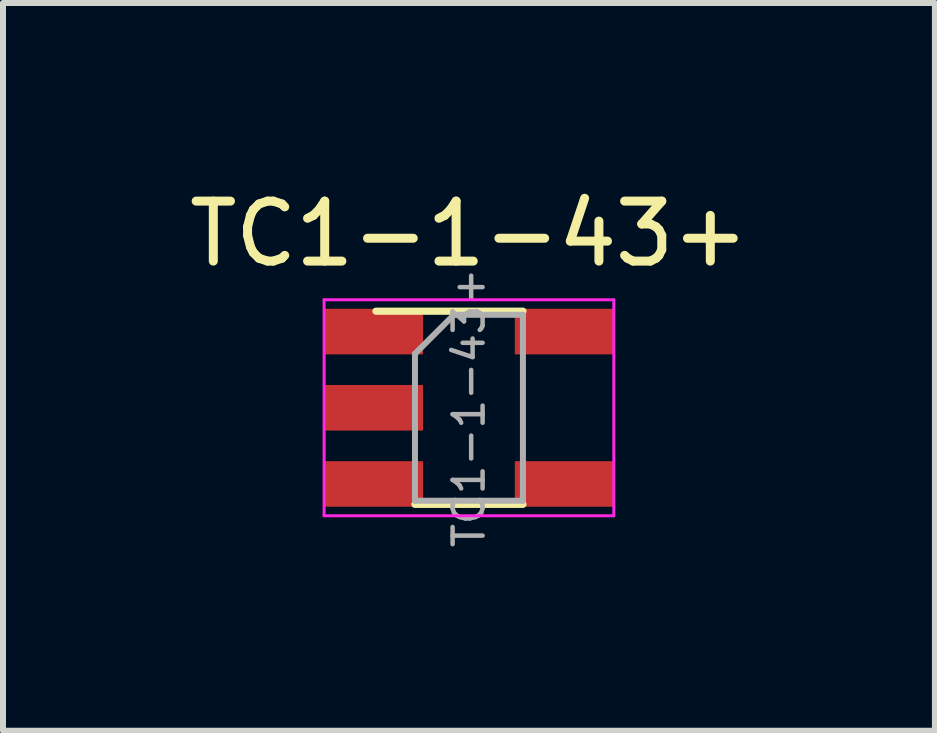
<source format=kicad_pcb>
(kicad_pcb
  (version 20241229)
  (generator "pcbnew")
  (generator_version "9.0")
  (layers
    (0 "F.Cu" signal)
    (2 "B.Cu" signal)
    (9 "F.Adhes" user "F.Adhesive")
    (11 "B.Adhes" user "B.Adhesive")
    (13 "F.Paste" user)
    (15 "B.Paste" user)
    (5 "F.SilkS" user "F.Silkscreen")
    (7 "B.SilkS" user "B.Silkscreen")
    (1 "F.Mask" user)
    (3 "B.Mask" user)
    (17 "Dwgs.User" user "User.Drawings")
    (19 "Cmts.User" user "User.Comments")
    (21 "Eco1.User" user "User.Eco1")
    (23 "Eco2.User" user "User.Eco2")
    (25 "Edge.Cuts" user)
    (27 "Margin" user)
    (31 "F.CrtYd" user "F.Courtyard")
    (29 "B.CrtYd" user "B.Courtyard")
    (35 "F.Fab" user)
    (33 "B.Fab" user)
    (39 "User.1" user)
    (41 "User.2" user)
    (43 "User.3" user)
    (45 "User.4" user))
  (footprint "TC1-1-43+"
    (layer "F.Cu")
    (at 4.768 3.748)
    (property "Reference" "TC1-1-43+" (at 0 -2.9 0) (layer "F.SilkS") (effects (font (size 1 1) (thickness 0.15))))
    (attr smd)
    (fp_line (start -0.9 1.61) (end 0.9 1.61) (stroke (width 0.12) (type solid)) (layer "F.SilkS"))
    (fp_line (start 0.9 -1.61) (end -1.55 -1.61) (stroke (width 0.12) (type solid)) (layer "F.SilkS"))
    (fp_line (start -2.415 -1.8) (end -2.415 1.8) (stroke (width 0.05) (type solid)) (layer "F.CrtYd"))
    (fp_line (start -2.415 1.8) (end 2.415 1.8) (stroke (width 0.05) (type solid)) (layer "F.CrtYd"))
    (fp_line (start 2.415 -1.8) (end -2.415 -1.8) (stroke (width 0.05) (type solid)) (layer "F.CrtYd"))
    (fp_line (start 2.415 1.8) (end 2.415 -1.8) (stroke (width 0.05) (type solid)) (layer "F.CrtYd"))
    (fp_line (start -0.9 -0.9) (end -0.9 1.55) (stroke (width 0.1) (type solid)) (layer "F.Fab"))
    (fp_line (start -0.9 -0.9) (end -0.25 -1.55) (stroke (width 0.1) (type solid)) (layer "F.Fab"))
    (fp_line (start 0.9 -1.55) (end -0.25 -1.55) (stroke (width 0.1) (type solid)) (layer "F.Fab"))
    (fp_line (start 0.9 -1.55) (end 0.9 1.55) (stroke (width 0.1) (type solid)) (layer "F.Fab"))
    (fp_line (start 0.9 1.55) (end -0.9 1.55) (stroke (width 0.1) (type solid)) (layer "F.Fab"))
    (fp_text user "${REFERENCE}" (at 0 0 90) (layer "F.Fab") (effects (font (size 0.5 0.5) (thickness 0.075))))
    (pad "1" smd rect (at -1.59 -1.27) (size 1.65 0.76) (layers "F.Cu" "F.Mask" "F.Paste"))
    (pad "2" smd rect (at -1.59 0) (size 1.65 0.76) (layers "F.Cu" "F.Mask" "F.Paste"))
    (pad "3" smd rect (at -1.59 1.27) (size 1.65 0.76) (layers "F.Cu" "F.Mask" "F.Paste"))
    (pad "4" smd rect (at 1.59 1.27) (size 1.65 0.76) (layers "F.Cu" "F.Mask" "F.Paste"))
    (pad "6" smd rect (at 1.59 -1.27) (size 1.65 0.76) (layers "F.Cu" "F.Mask" "F.Paste")))
  (gr_rect
    (start -3 -3)
    (end 12.536 9.132)
    (stroke (width 0.1) (type default))
    (fill no)
    (layer "Edge.Cuts")))
</source>
